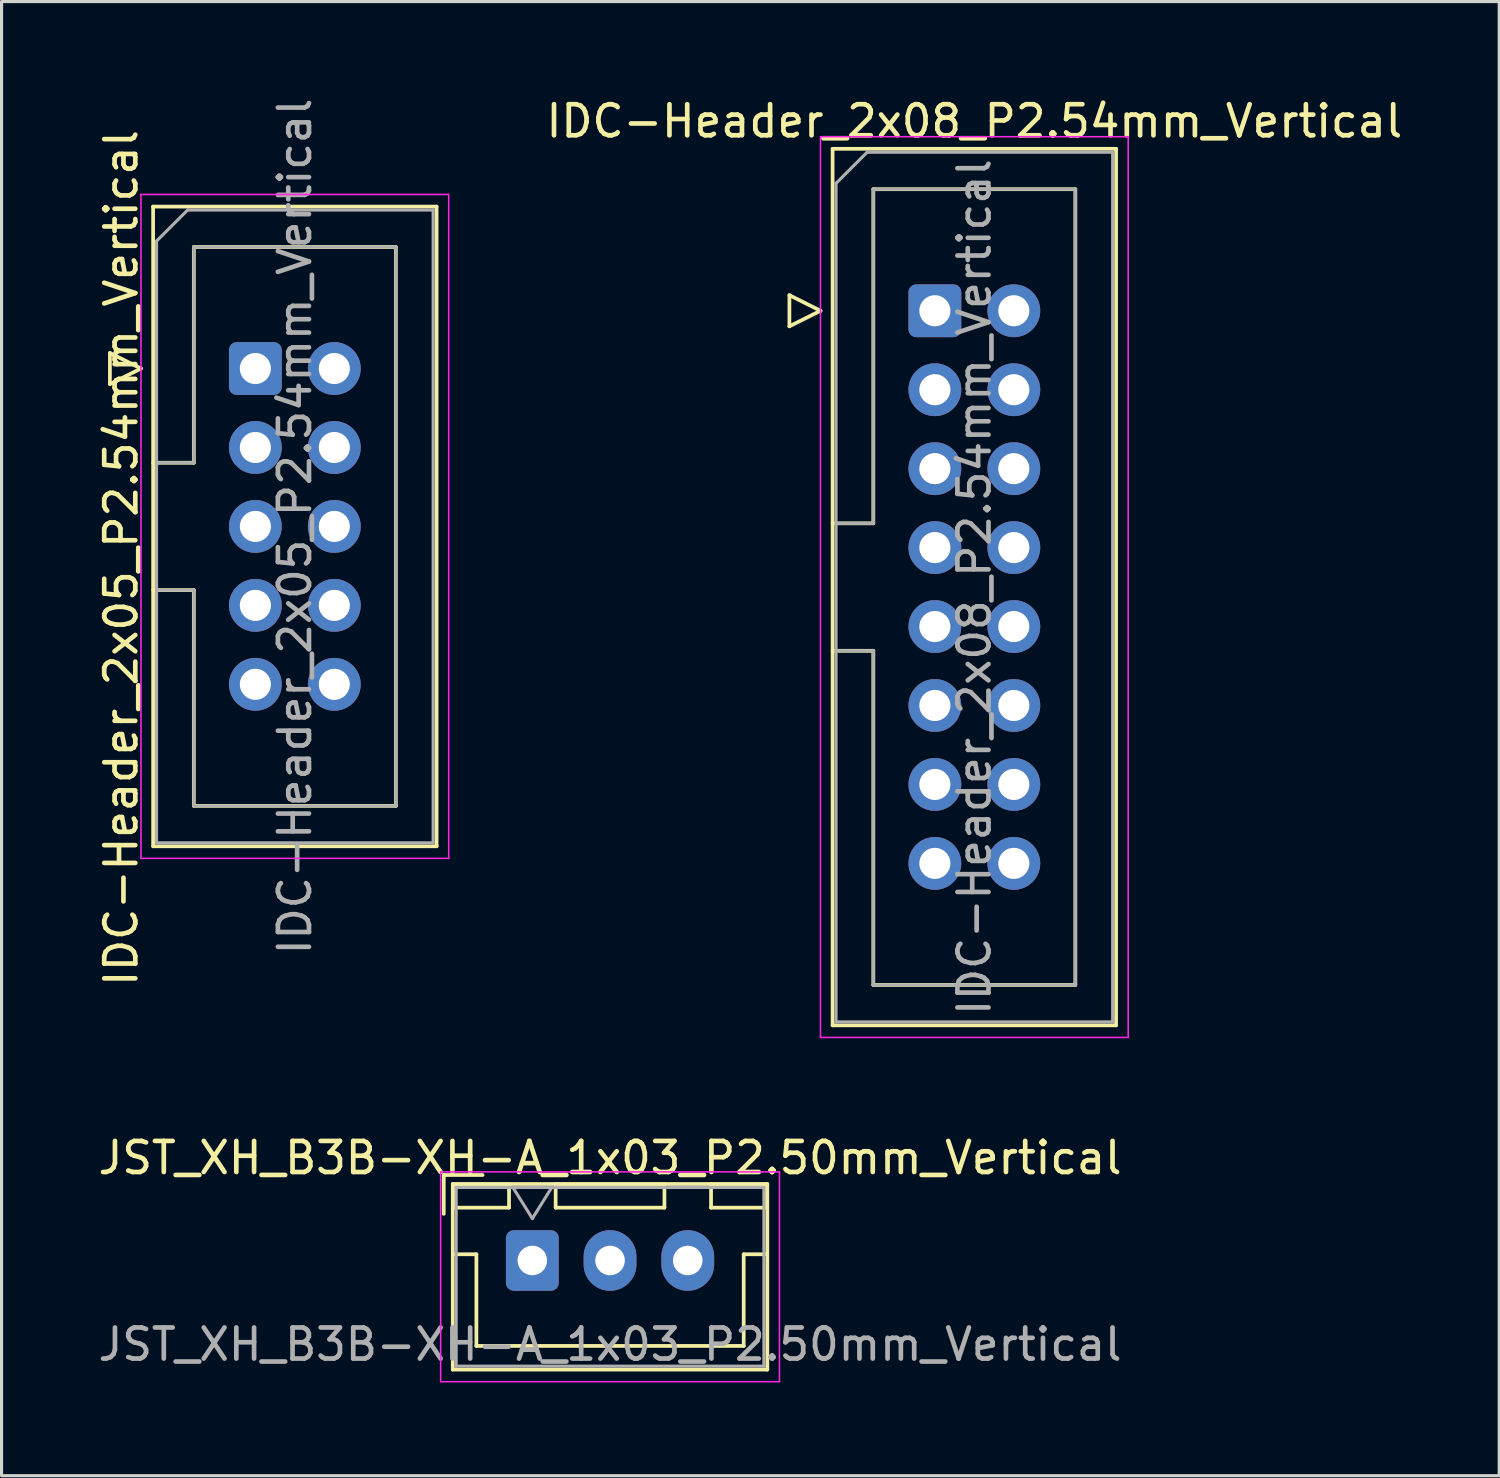
<source format=kicad_pcb>
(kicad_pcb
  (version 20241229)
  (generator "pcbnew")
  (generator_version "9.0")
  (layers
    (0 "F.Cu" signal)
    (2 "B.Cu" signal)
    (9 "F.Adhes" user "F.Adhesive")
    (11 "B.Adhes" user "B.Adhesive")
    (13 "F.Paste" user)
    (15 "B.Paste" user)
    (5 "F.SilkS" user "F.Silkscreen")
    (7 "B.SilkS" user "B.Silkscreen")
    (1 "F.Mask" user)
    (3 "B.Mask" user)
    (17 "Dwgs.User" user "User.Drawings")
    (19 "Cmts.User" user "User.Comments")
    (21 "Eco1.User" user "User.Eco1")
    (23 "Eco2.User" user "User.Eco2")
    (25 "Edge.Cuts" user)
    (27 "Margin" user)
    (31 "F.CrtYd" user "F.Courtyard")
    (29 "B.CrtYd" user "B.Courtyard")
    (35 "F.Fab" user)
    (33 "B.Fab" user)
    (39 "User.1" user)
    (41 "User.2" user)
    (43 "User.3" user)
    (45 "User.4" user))
  (footprint "JST_XH_B3B-XH-A_1x03_P2.50mm_Vertical"
    (layer "F.Cu")
    (at 14.077 37.504)
    (property "Reference" "JST_XH_B3B-XH-A_1x03_P2.50mm_Vertical" (at 2.5 -3.302 0) (layer "F.SilkS") (effects (font (size 1 1) (thickness 0.15))))
    (attr through_hole)
    (fp_line (start -2.85 -2.75) (end -2.85 -1.5) (stroke (width 0.12) (type solid)) (layer "F.SilkS"))
    (fp_line (start -2.56 -2.46) (end -2.56 3.51) (stroke (width 0.12) (type solid)) (layer "F.SilkS"))
    (fp_line (start -2.56 3.51) (end 7.56 3.51) (stroke (width 0.12) (type solid)) (layer "F.SilkS"))
    (fp_line (start -2.55 -2.45) (end -2.55 -1.7) (stroke (width 0.12) (type solid)) (layer "F.SilkS"))
    (fp_line (start -2.55 -1.7) (end -0.75 -1.7) (stroke (width 0.12) (type solid)) (layer "F.SilkS"))
    (fp_line (start -2.55 -0.2) (end -1.8 -0.2) (stroke (width 0.12) (type solid)) (layer "F.SilkS"))
    (fp_line (start -1.8 -0.2) (end -1.8 2.75) (stroke (width 0.12) (type solid)) (layer "F.SilkS"))
    (fp_line (start -1.8 2.75) (end 2.5 2.75) (stroke (width 0.12) (type solid)) (layer "F.SilkS"))
    (fp_line (start -1.6 -2.75) (end -2.85 -2.75) (stroke (width 0.12) (type solid)) (layer "F.SilkS"))
    (fp_line (start -0.75 -2.45) (end -2.55 -2.45) (stroke (width 0.12) (type solid)) (layer "F.SilkS"))
    (fp_line (start -0.75 -1.7) (end -0.75 -2.45) (stroke (width 0.12) (type solid)) (layer "F.SilkS"))
    (fp_line (start 0.75 -2.45) (end 0.75 -1.7) (stroke (width 0.12) (type solid)) (layer "F.SilkS"))
    (fp_line (start 0.75 -1.7) (end 4.25 -1.7) (stroke (width 0.12) (type solid)) (layer "F.SilkS"))
    (fp_line (start 4.25 -2.45) (end 0.75 -2.45) (stroke (width 0.12) (type solid)) (layer "F.SilkS"))
    (fp_line (start 4.25 -1.7) (end 4.25 -2.45) (stroke (width 0.12) (type solid)) (layer "F.SilkS"))
    (fp_line (start 5.75 -2.45) (end 5.75 -1.7) (stroke (width 0.12) (type solid)) (layer "F.SilkS"))
    (fp_line (start 5.75 -1.7) (end 7.55 -1.7) (stroke (width 0.12) (type solid)) (layer "F.SilkS"))
    (fp_line (start 6.8 -0.2) (end 6.8 2.75) (stroke (width 0.12) (type solid)) (layer "F.SilkS"))
    (fp_line (start 6.8 2.75) (end 2.5 2.75) (stroke (width 0.12) (type solid)) (layer "F.SilkS"))
    (fp_line (start 7.55 -2.45) (end 5.75 -2.45) (stroke (width 0.12) (type solid)) (layer "F.SilkS"))
    (fp_line (start 7.55 -1.7) (end 7.55 -2.45) (stroke (width 0.12) (type solid)) (layer "F.SilkS"))
    (fp_line (start 7.55 -0.2) (end 6.8 -0.2) (stroke (width 0.12) (type solid)) (layer "F.SilkS"))
    (fp_line (start 7.56 -2.46) (end -2.56 -2.46) (stroke (width 0.12) (type solid)) (layer "F.SilkS"))
    (fp_line (start 7.56 3.51) (end 7.56 -2.46) (stroke (width 0.12) (type solid)) (layer "F.SilkS"))
    (fp_line (start -2.95 -2.85) (end -2.95 3.9) (stroke (width 0.05) (type solid)) (layer "F.CrtYd"))
    (fp_line (start -2.95 3.9) (end 7.95 3.9) (stroke (width 0.05) (type solid)) (layer "F.CrtYd"))
    (fp_line (start 7.95 -2.85) (end -2.95 -2.85) (stroke (width 0.05) (type solid)) (layer "F.CrtYd"))
    (fp_line (start 7.95 3.9) (end 7.95 -2.85) (stroke (width 0.05) (type solid)) (layer "F.CrtYd"))
    (fp_line (start -2.45 -2.35) (end -2.45 3.4) (stroke (width 0.1) (type solid)) (layer "F.Fab"))
    (fp_line (start -2.45 3.4) (end 7.45 3.4) (stroke (width 0.1) (type solid)) (layer "F.Fab"))
    (fp_line (start -0.625 -2.35) (end 0 -1.35) (stroke (width 0.1) (type solid)) (layer "F.Fab"))
    (fp_line (start 0 -1.35) (end 0.625 -2.35) (stroke (width 0.1) (type solid)) (layer "F.Fab"))
    (fp_line (start 7.45 -2.35) (end -2.45 -2.35) (stroke (width 0.1) (type solid)) (layer "F.Fab"))
    (fp_line (start 7.45 3.4) (end 7.45 -2.35) (stroke (width 0.1) (type solid)) (layer "F.Fab"))
    (fp_text user "${REFERENCE}" (at 2.5 2.7 0) (layer "F.Fab") (effects (font (size 1 1) (thickness 0.15))))
    (pad "1" thru_hole roundrect (at 0 0) (size 1.7 1.95) (drill 0.95) (layers "*.Cu" "*.Mask") (roundrect_rratio 0.147))
    (pad "2" thru_hole oval (at 2.5 0) (size 1.7 1.95) (drill 0.95) (layers "*.Cu" "*.Mask"))
    (pad "3" thru_hole oval (at 5 0) (size 1.7 1.95) (drill 0.95) (layers "*.Cu" "*.Mask")))
  (footprint "IDC-Header_2x05_P2.54mm_Vertical"
    (layer "F.Cu")
    (at 5.166 8.807)
    (property "Reference" "IDC-Header_2x05_P2.54mm_Vertical" (at -4.318 6.096 270) (layer "F.SilkS") (effects (font (size 1 1) (thickness 0.15))))
    (attr through_hole)
    (fp_line (start -4.68 -0.5) (end -4.68 0.5) (stroke (width 0.12) (type solid)) (layer "F.SilkS"))
    (fp_line (start -4.68 0.5) (end -3.68 0) (stroke (width 0.12) (type solid)) (layer "F.SilkS"))
    (fp_line (start -3.68 0) (end -4.68 -0.5) (stroke (width 0.12) (type solid)) (layer "F.SilkS"))
    (fp_line (start -3.29 -5.21) (end 5.83 -5.21) (stroke (width 0.12) (type solid)) (layer "F.SilkS"))
    (fp_line (start -3.29 3.03) (end -1.98 3.03) (stroke (width 0.12) (type solid)) (layer "F.SilkS"))
    (fp_line (start -3.29 15.37) (end -3.29 -5.21) (stroke (width 0.12) (type solid)) (layer "F.SilkS"))
    (fp_line (start -1.98 -3.91) (end 4.52 -3.91) (stroke (width 0.12) (type solid)) (layer "F.SilkS"))
    (fp_line (start -1.98 3.03) (end -1.98 -3.91) (stroke (width 0.12) (type solid)) (layer "F.SilkS"))
    (fp_line (start -1.98 7.13) (end -3.29 7.13) (stroke (width 0.12) (type solid)) (layer "F.SilkS"))
    (fp_line (start -1.98 14.07) (end -1.98 7.13) (stroke (width 0.12) (type solid)) (layer "F.SilkS"))
    (fp_line (start 4.52 -3.91) (end 4.52 14.07) (stroke (width 0.12) (type solid)) (layer "F.SilkS"))
    (fp_line (start 4.52 14.07) (end -1.98 14.07) (stroke (width 0.12) (type solid)) (layer "F.SilkS"))
    (fp_line (start 5.83 -5.21) (end 5.83 15.37) (stroke (width 0.12) (type solid)) (layer "F.SilkS"))
    (fp_line (start 5.83 15.37) (end -3.29 15.37) (stroke (width 0.12) (type solid)) (layer "F.SilkS"))
    (fp_line (start -3.68 -5.6) (end -3.68 15.76) (stroke (width 0.05) (type solid)) (layer "F.CrtYd"))
    (fp_line (start -3.68 15.76) (end 6.22 15.76) (stroke (width 0.05) (type solid)) (layer "F.CrtYd"))
    (fp_line (start 6.22 -5.6) (end -3.68 -5.6) (stroke (width 0.05) (type solid)) (layer "F.CrtYd"))
    (fp_line (start 6.22 15.76) (end 6.22 -5.6) (stroke (width 0.05) (type solid)) (layer "F.CrtYd"))
    (fp_line (start -3.18 -4.1) (end -2.18 -5.1) (stroke (width 0.1) (type solid)) (layer "F.Fab"))
    (fp_line (start -3.18 3.03) (end -1.98 3.03) (stroke (width 0.1) (type solid)) (layer "F.Fab"))
    (fp_line (start -3.18 15.26) (end -3.18 -4.1) (stroke (width 0.1) (type solid)) (layer "F.Fab"))
    (fp_line (start -2.18 -5.1) (end 5.72 -5.1) (stroke (width 0.1) (type solid)) (layer "F.Fab"))
    (fp_line (start -1.98 -3.91) (end 4.52 -3.91) (stroke (width 0.1) (type solid)) (layer "F.Fab"))
    (fp_line (start -1.98 3.03) (end -1.98 -3.91) (stroke (width 0.1) (type solid)) (layer "F.Fab"))
    (fp_line (start -1.98 7.13) (end -3.18 7.13) (stroke (width 0.1) (type solid)) (layer "F.Fab"))
    (fp_line (start -1.98 14.07) (end -1.98 7.13) (stroke (width 0.1) (type solid)) (layer "F.Fab"))
    (fp_line (start 4.52 -3.91) (end 4.52 14.07) (stroke (width 0.1) (type solid)) (layer "F.Fab"))
    (fp_line (start 4.52 14.07) (end -1.98 14.07) (stroke (width 0.1) (type solid)) (layer "F.Fab"))
    (fp_line (start 5.72 -5.1) (end 5.72 15.26) (stroke (width 0.1) (type solid)) (layer "F.Fab"))
    (fp_line (start 5.72 15.26) (end -3.18 15.26) (stroke (width 0.1) (type solid)) (layer "F.Fab"))
    (fp_text user "${REFERENCE}" (at 1.27 5.08 90) (layer "F.Fab") (effects (font (size 1 1) (thickness 0.15))))
    (pad "1" thru_hole roundrect (at 0 0) (size 1.7 1.7) (drill 1) (layers "*.Cu" "*.Mask") (roundrect_rratio 0.147))
    (pad "2" thru_hole circle (at 2.54 0) (size 1.7 1.7) (drill 1) (layers "*.Cu" "*.Mask"))
    (pad "3" thru_hole circle (at 0 2.54) (size 1.7 1.7) (drill 1) (layers "*.Cu" "*.Mask"))
    (pad "4" thru_hole circle (at 2.54 2.54) (size 1.7 1.7) (drill 1) (layers "*.Cu" "*.Mask"))
    (pad "5" thru_hole circle (at 0 5.08) (size 1.7 1.7) (drill 1) (layers "*.Cu" "*.Mask"))
    (pad "6" thru_hole circle (at 2.54 5.08) (size 1.7 1.7) (drill 1) (layers "*.Cu" "*.Mask"))
    (pad "7" thru_hole circle (at 0 7.62) (size 1.7 1.7) (drill 1) (layers "*.Cu" "*.Mask"))
    (pad "8" thru_hole circle (at 2.54 7.62) (size 1.7 1.7) (drill 1) (layers "*.Cu" "*.Mask"))
    (pad "9" thru_hole circle (at 0 10.16) (size 1.7 1.7) (drill 1) (layers "*.Cu" "*.Mask"))
    (pad "10" thru_hole circle (at 2.54 10.16) (size 1.7 1.7) (drill 1) (layers "*.Cu" "*.Mask")))
  (footprint "IDC-Header_2x08_P2.54mm_Vertical"
    (layer "F.Cu")
    (at 27.028 6.948)
    (property "Reference" "IDC-Header_2x08_P2.54mm_Vertical" (at 1.27 -6.1 0) (layer "F.SilkS") (effects (font (size 1 1) (thickness 0.15))))
    (attr through_hole)
    (fp_line (start -4.68 -0.5) (end -4.68 0.5) (stroke (width 0.12) (type solid)) (layer "F.SilkS"))
    (fp_line (start -4.68 0.5) (end -3.68 0) (stroke (width 0.12) (type solid)) (layer "F.SilkS"))
    (fp_line (start -3.68 0) (end -4.68 -0.5) (stroke (width 0.12) (type solid)) (layer "F.SilkS"))
    (fp_line (start -3.29 -5.21) (end 5.83 -5.21) (stroke (width 0.12) (type solid)) (layer "F.SilkS"))
    (fp_line (start -3.29 6.84) (end -1.98 6.84) (stroke (width 0.12) (type solid)) (layer "F.SilkS"))
    (fp_line (start -3.29 22.99) (end -3.29 -5.21) (stroke (width 0.12) (type solid)) (layer "F.SilkS"))
    (fp_line (start -1.98 -3.91) (end 4.52 -3.91) (stroke (width 0.12) (type solid)) (layer "F.SilkS"))
    (fp_line (start -1.98 6.84) (end -1.98 -3.91) (stroke (width 0.12) (type solid)) (layer "F.SilkS"))
    (fp_line (start -1.98 10.94) (end -3.29 10.94) (stroke (width 0.12) (type solid)) (layer "F.SilkS"))
    (fp_line (start -1.98 21.69) (end -1.98 10.94) (stroke (width 0.12) (type solid)) (layer "F.SilkS"))
    (fp_line (start 4.52 -3.91) (end 4.52 21.69) (stroke (width 0.12) (type solid)) (layer "F.SilkS"))
    (fp_line (start 4.52 21.69) (end -1.98 21.69) (stroke (width 0.12) (type solid)) (layer "F.SilkS"))
    (fp_line (start 5.83 -5.21) (end 5.83 22.99) (stroke (width 0.12) (type solid)) (layer "F.SilkS"))
    (fp_line (start 5.83 22.99) (end -3.29 22.99) (stroke (width 0.12) (type solid)) (layer "F.SilkS"))
    (fp_line (start -3.68 -5.6) (end -3.68 23.38) (stroke (width 0.05) (type solid)) (layer "F.CrtYd"))
    (fp_line (start -3.68 23.38) (end 6.22 23.38) (stroke (width 0.05) (type solid)) (layer "F.CrtYd"))
    (fp_line (start 6.22 -5.6) (end -3.68 -5.6) (stroke (width 0.05) (type solid)) (layer "F.CrtYd"))
    (fp_line (start 6.22 23.38) (end 6.22 -5.6) (stroke (width 0.05) (type solid)) (layer "F.CrtYd"))
    (fp_line (start -3.18 -4.1) (end -2.18 -5.1) (stroke (width 0.1) (type solid)) (layer "F.Fab"))
    (fp_line (start -3.18 6.84) (end -1.98 6.84) (stroke (width 0.1) (type solid)) (layer "F.Fab"))
    (fp_line (start -3.18 22.88) (end -3.18 -4.1) (stroke (width 0.1) (type solid)) (layer "F.Fab"))
    (fp_line (start -2.18 -5.1) (end 5.72 -5.1) (stroke (width 0.1) (type solid)) (layer "F.Fab"))
    (fp_line (start -1.98 -3.91) (end 4.52 -3.91) (stroke (width 0.1) (type solid)) (layer "F.Fab"))
    (fp_line (start -1.98 6.84) (end -1.98 -3.91) (stroke (width 0.1) (type solid)) (layer "F.Fab"))
    (fp_line (start -1.98 10.94) (end -3.18 10.94) (stroke (width 0.1) (type solid)) (layer "F.Fab"))
    (fp_line (start -1.98 21.69) (end -1.98 10.94) (stroke (width 0.1) (type solid)) (layer "F.Fab"))
    (fp_line (start 4.52 -3.91) (end 4.52 21.69) (stroke (width 0.1) (type solid)) (layer "F.Fab"))
    (fp_line (start 4.52 21.69) (end -1.98 21.69) (stroke (width 0.1) (type solid)) (layer "F.Fab"))
    (fp_line (start 5.72 -5.1) (end 5.72 22.88) (stroke (width 0.1) (type solid)) (layer "F.Fab"))
    (fp_line (start 5.72 22.88) (end -3.18 22.88) (stroke (width 0.1) (type solid)) (layer "F.Fab"))
    (fp_text user "${REFERENCE}" (at 1.27 8.89 270) (layer "F.Fab") (effects (font (size 1 1) (thickness 0.15))))
    (pad "1" thru_hole roundrect (at 0 0) (size 1.7 1.7) (drill 1) (layers "*.Cu" "*.Mask") (roundrect_rratio 0.147))
    (pad "2" thru_hole circle (at 2.54 0) (size 1.7 1.7) (drill 1) (layers "*.Cu" "*.Mask"))
    (pad "3" thru_hole circle (at 0 2.54) (size 1.7 1.7) (drill 1) (layers "*.Cu" "*.Mask"))
    (pad "4" thru_hole circle (at 2.54 2.54) (size 1.7 1.7) (drill 1) (layers "*.Cu" "*.Mask"))
    (pad "5" thru_hole circle (at 0 5.08) (size 1.7 1.7) (drill 1) (layers "*.Cu" "*.Mask"))
    (pad "6" thru_hole circle (at 2.54 5.08) (size 1.7 1.7) (drill 1) (layers "*.Cu" "*.Mask"))
    (pad "7" thru_hole circle (at 0 7.62) (size 1.7 1.7) (drill 1) (layers "*.Cu" "*.Mask"))
    (pad "8" thru_hole circle (at 2.54 7.62) (size 1.7 1.7) (drill 1) (layers "*.Cu" "*.Mask"))
    (pad "9" thru_hole circle (at 0 10.16) (size 1.7 1.7) (drill 1) (layers "*.Cu" "*.Mask"))
    (pad "10" thru_hole circle (at 2.54 10.16) (size 1.7 1.7) (drill 1) (layers "*.Cu" "*.Mask"))
    (pad "11" thru_hole circle (at 0 12.7) (size 1.7 1.7) (drill 1) (layers "*.Cu" "*.Mask"))
    (pad "12" thru_hole circle (at 2.54 12.7) (size 1.7 1.7) (drill 1) (layers "*.Cu" "*.Mask"))
    (pad "13" thru_hole circle (at 0 15.24) (size 1.7 1.7) (drill 1) (layers "*.Cu" "*.Mask"))
    (pad "14" thru_hole circle (at 2.54 15.24) (size 1.7 1.7) (drill 1) (layers "*.Cu" "*.Mask"))
    (pad "15" thru_hole circle (at 0 17.78) (size 1.7 1.7) (drill 1) (layers "*.Cu" "*.Mask"))
    (pad "16" thru_hole circle (at 2.54 17.78) (size 1.7 1.7) (drill 1) (layers "*.Cu" "*.Mask")))
  (gr_rect
    (start -3 -3)
    (end 45.185 44.428)
    (stroke (width 0.1) (type default))
    (fill no)
    (layer "Edge.Cuts")))
</source>
